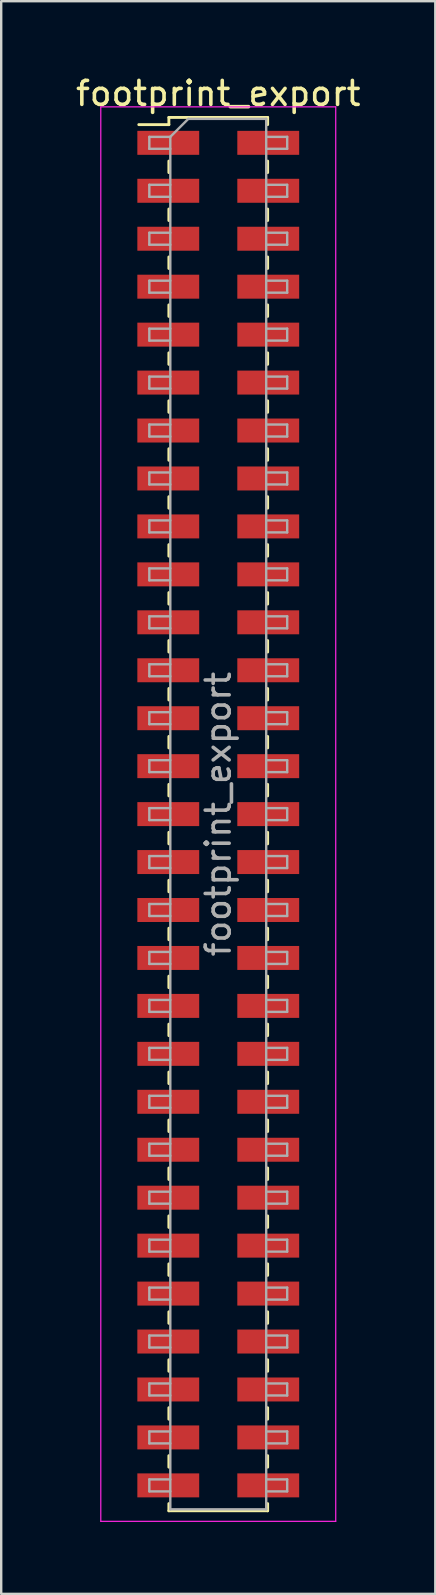
<source format=kicad_pcb>
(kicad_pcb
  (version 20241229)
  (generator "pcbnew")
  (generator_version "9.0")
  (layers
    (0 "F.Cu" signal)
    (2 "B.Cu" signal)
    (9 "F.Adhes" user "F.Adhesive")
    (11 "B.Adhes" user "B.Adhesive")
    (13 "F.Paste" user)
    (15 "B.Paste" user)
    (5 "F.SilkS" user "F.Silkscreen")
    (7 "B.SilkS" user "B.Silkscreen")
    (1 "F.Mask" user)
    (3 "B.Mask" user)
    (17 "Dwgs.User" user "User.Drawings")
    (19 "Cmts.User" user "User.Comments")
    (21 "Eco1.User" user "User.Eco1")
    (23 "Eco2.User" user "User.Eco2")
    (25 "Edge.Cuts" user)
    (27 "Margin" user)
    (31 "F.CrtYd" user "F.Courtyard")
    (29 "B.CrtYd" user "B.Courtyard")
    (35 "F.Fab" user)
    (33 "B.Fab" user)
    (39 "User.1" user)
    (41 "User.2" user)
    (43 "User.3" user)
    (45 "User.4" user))
  (footprint "footprint_export"
    (layer "F.Cu")
    (at 6.054 30.908)
    (property "Reference" "footprint_export" (at 0 -30.06 0) (layer "F.SilkS") (effects (font (size 1 1) (thickness 0.15))))
    (attr smd)
    (fp_line (start -3.315 -28.76) (end -2.06 -28.76) (stroke (width 0.12) (type solid)) (layer "F.SilkS"))
    (fp_line (start -2.06 -29.06) (end -2.06 -28.76) (stroke (width 0.12) (type solid)) (layer "F.SilkS"))
    (fp_line (start -2.06 -29.06) (end 2.06 -29.06) (stroke (width 0.12) (type solid)) (layer "F.SilkS"))
    (fp_line (start -2.06 -27.24) (end -2.06 -26.76) (stroke (width 0.12) (type solid)) (layer "F.SilkS"))
    (fp_line (start -2.06 -25.24) (end -2.06 -24.76) (stroke (width 0.12) (type solid)) (layer "F.SilkS"))
    (fp_line (start -2.06 -23.24) (end -2.06 -22.76) (stroke (width 0.12) (type solid)) (layer "F.SilkS"))
    (fp_line (start -2.06 -21.24) (end -2.06 -20.76) (stroke (width 0.12) (type solid)) (layer "F.SilkS"))
    (fp_line (start -2.06 -19.24) (end -2.06 -18.76) (stroke (width 0.12) (type solid)) (layer "F.SilkS"))
    (fp_line (start -2.06 -17.24) (end -2.06 -16.76) (stroke (width 0.12) (type solid)) (layer "F.SilkS"))
    (fp_line (start -2.06 -15.24) (end -2.06 -14.76) (stroke (width 0.12) (type solid)) (layer "F.SilkS"))
    (fp_line (start -2.06 -13.24) (end -2.06 -12.76) (stroke (width 0.12) (type solid)) (layer "F.SilkS"))
    (fp_line (start -2.06 -11.24) (end -2.06 -10.76) (stroke (width 0.12) (type solid)) (layer "F.SilkS"))
    (fp_line (start -2.06 -9.24) (end -2.06 -8.76) (stroke (width 0.12) (type solid)) (layer "F.SilkS"))
    (fp_line (start -2.06 -7.24) (end -2.06 -6.76) (stroke (width 0.12) (type solid)) (layer "F.SilkS"))
    (fp_line (start -2.06 -5.24) (end -2.06 -4.76) (stroke (width 0.12) (type solid)) (layer "F.SilkS"))
    (fp_line (start -2.06 -3.24) (end -2.06 -2.76) (stroke (width 0.12) (type solid)) (layer "F.SilkS"))
    (fp_line (start -2.06 -1.24) (end -2.06 -0.76) (stroke (width 0.12) (type solid)) (layer "F.SilkS"))
    (fp_line (start -2.06 0.76) (end -2.06 1.24) (stroke (width 0.12) (type solid)) (layer "F.SilkS"))
    (fp_line (start -2.06 2.76) (end -2.06 3.24) (stroke (width 0.12) (type solid)) (layer "F.SilkS"))
    (fp_line (start -2.06 4.76) (end -2.06 5.24) (stroke (width 0.12) (type solid)) (layer "F.SilkS"))
    (fp_line (start -2.06 6.76) (end -2.06 7.24) (stroke (width 0.12) (type solid)) (layer "F.SilkS"))
    (fp_line (start -2.06 8.76) (end -2.06 9.24) (stroke (width 0.12) (type solid)) (layer "F.SilkS"))
    (fp_line (start -2.06 10.76) (end -2.06 11.24) (stroke (width 0.12) (type solid)) (layer "F.SilkS"))
    (fp_line (start -2.06 12.76) (end -2.06 13.24) (stroke (width 0.12) (type solid)) (layer "F.SilkS"))
    (fp_line (start -2.06 14.76) (end -2.06 15.24) (stroke (width 0.12) (type solid)) (layer "F.SilkS"))
    (fp_line (start -2.06 16.76) (end -2.06 17.24) (stroke (width 0.12) (type solid)) (layer "F.SilkS"))
    (fp_line (start -2.06 18.76) (end -2.06 19.24) (stroke (width 0.12) (type solid)) (layer "F.SilkS"))
    (fp_line (start -2.06 20.76) (end -2.06 21.24) (stroke (width 0.12) (type solid)) (layer "F.SilkS"))
    (fp_line (start -2.06 22.76) (end -2.06 23.24) (stroke (width 0.12) (type solid)) (layer "F.SilkS"))
    (fp_line (start -2.06 24.76) (end -2.06 25.24) (stroke (width 0.12) (type solid)) (layer "F.SilkS"))
    (fp_line (start -2.06 26.76) (end -2.06 27.24) (stroke (width 0.12) (type solid)) (layer "F.SilkS"))
    (fp_line (start -2.06 28.76) (end -2.06 29.06) (stroke (width 0.12) (type solid)) (layer "F.SilkS"))
    (fp_line (start -2.06 29.06) (end 2.06 29.06) (stroke (width 0.12) (type solid)) (layer "F.SilkS"))
    (fp_line (start 2.06 -29.06) (end 2.06 -28.76) (stroke (width 0.12) (type solid)) (layer "F.SilkS"))
    (fp_line (start 2.06 -27.24) (end 2.06 -26.76) (stroke (width 0.12) (type solid)) (layer "F.SilkS"))
    (fp_line (start 2.06 -25.24) (end 2.06 -24.76) (stroke (width 0.12) (type solid)) (layer "F.SilkS"))
    (fp_line (start 2.06 -23.24) (end 2.06 -22.76) (stroke (width 0.12) (type solid)) (layer "F.SilkS"))
    (fp_line (start 2.06 -21.24) (end 2.06 -20.76) (stroke (width 0.12) (type solid)) (layer "F.SilkS"))
    (fp_line (start 2.06 -19.24) (end 2.06 -18.76) (stroke (width 0.12) (type solid)) (layer "F.SilkS"))
    (fp_line (start 2.06 -17.24) (end 2.06 -16.76) (stroke (width 0.12) (type solid)) (layer "F.SilkS"))
    (fp_line (start 2.06 -15.24) (end 2.06 -14.76) (stroke (width 0.12) (type solid)) (layer "F.SilkS"))
    (fp_line (start 2.06 -13.24) (end 2.06 -12.76) (stroke (width 0.12) (type solid)) (layer "F.SilkS"))
    (fp_line (start 2.06 -11.24) (end 2.06 -10.76) (stroke (width 0.12) (type solid)) (layer "F.SilkS"))
    (fp_line (start 2.06 -9.24) (end 2.06 -8.76) (stroke (width 0.12) (type solid)) (layer "F.SilkS"))
    (fp_line (start 2.06 -7.24) (end 2.06 -6.76) (stroke (width 0.12) (type solid)) (layer "F.SilkS"))
    (fp_line (start 2.06 -5.24) (end 2.06 -4.76) (stroke (width 0.12) (type solid)) (layer "F.SilkS"))
    (fp_line (start 2.06 -3.24) (end 2.06 -2.76) (stroke (width 0.12) (type solid)) (layer "F.SilkS"))
    (fp_line (start 2.06 -1.24) (end 2.06 -0.76) (stroke (width 0.12) (type solid)) (layer "F.SilkS"))
    (fp_line (start 2.06 0.76) (end 2.06 1.24) (stroke (width 0.12) (type solid)) (layer "F.SilkS"))
    (fp_line (start 2.06 2.76) (end 2.06 3.24) (stroke (width 0.12) (type solid)) (layer "F.SilkS"))
    (fp_line (start 2.06 4.76) (end 2.06 5.24) (stroke (width 0.12) (type solid)) (layer "F.SilkS"))
    (fp_line (start 2.06 6.76) (end 2.06 7.24) (stroke (width 0.12) (type solid)) (layer "F.SilkS"))
    (fp_line (start 2.06 8.76) (end 2.06 9.24) (stroke (width 0.12) (type solid)) (layer "F.SilkS"))
    (fp_line (start 2.06 10.76) (end 2.06 11.24) (stroke (width 0.12) (type solid)) (layer "F.SilkS"))
    (fp_line (start 2.06 12.76) (end 2.06 13.24) (stroke (width 0.12) (type solid)) (layer "F.SilkS"))
    (fp_line (start 2.06 14.76) (end 2.06 15.24) (stroke (width 0.12) (type solid)) (layer "F.SilkS"))
    (fp_line (start 2.06 16.76) (end 2.06 17.24) (stroke (width 0.12) (type solid)) (layer "F.SilkS"))
    (fp_line (start 2.06 18.76) (end 2.06 19.24) (stroke (width 0.12) (type solid)) (layer "F.SilkS"))
    (fp_line (start 2.06 20.76) (end 2.06 21.24) (stroke (width 0.12) (type solid)) (layer "F.SilkS"))
    (fp_line (start 2.06 22.76) (end 2.06 23.24) (stroke (width 0.12) (type solid)) (layer "F.SilkS"))
    (fp_line (start 2.06 24.76) (end 2.06 25.24) (stroke (width 0.12) (type solid)) (layer "F.SilkS"))
    (fp_line (start 2.06 26.76) (end 2.06 27.24) (stroke (width 0.12) (type solid)) (layer "F.SilkS"))
    (fp_line (start 2.06 28.76) (end 2.06 29.06) (stroke (width 0.12) (type solid)) (layer "F.SilkS"))
    (fp_line (start -4.9 -29.5) (end -4.9 29.5) (stroke (width 0.05) (type solid)) (layer "F.CrtYd"))
    (fp_line (start -4.9 29.5) (end 4.9 29.5) (stroke (width 0.05) (type solid)) (layer "F.CrtYd"))
    (fp_line (start 4.9 -29.5) (end -4.9 -29.5) (stroke (width 0.05) (type solid)) (layer "F.CrtYd"))
    (fp_line (start 4.9 29.5) (end 4.9 -29.5) (stroke (width 0.05) (type solid)) (layer "F.CrtYd"))
    (fp_line (start -2.875 -28.25) (end -2.875 -27.75) (stroke (width 0.1) (type solid)) (layer "F.Fab"))
    (fp_line (start -2.875 -27.75) (end -2 -27.75) (stroke (width 0.1) (type solid)) (layer "F.Fab"))
    (fp_line (start -2.875 -26.25) (end -2.875 -25.75) (stroke (width 0.1) (type solid)) (layer "F.Fab"))
    (fp_line (start -2.875 -25.75) (end -2 -25.75) (stroke (width 0.1) (type solid)) (layer "F.Fab"))
    (fp_line (start -2.875 -24.25) (end -2.875 -23.75) (stroke (width 0.1) (type solid)) (layer "F.Fab"))
    (fp_line (start -2.875 -23.75) (end -2 -23.75) (stroke (width 0.1) (type solid)) (layer "F.Fab"))
    (fp_line (start -2.875 -22.25) (end -2.875 -21.75) (stroke (width 0.1) (type solid)) (layer "F.Fab"))
    (fp_line (start -2.875 -21.75) (end -2 -21.75) (stroke (width 0.1) (type solid)) (layer "F.Fab"))
    (fp_line (start -2.875 -20.25) (end -2.875 -19.75) (stroke (width 0.1) (type solid)) (layer "F.Fab"))
    (fp_line (start -2.875 -19.75) (end -2 -19.75) (stroke (width 0.1) (type solid)) (layer "F.Fab"))
    (fp_line (start -2.875 -18.25) (end -2.875 -17.75) (stroke (width 0.1) (type solid)) (layer "F.Fab"))
    (fp_line (start -2.875 -17.75) (end -2 -17.75) (stroke (width 0.1) (type solid)) (layer "F.Fab"))
    (fp_line (start -2.875 -16.25) (end -2.875 -15.75) (stroke (width 0.1) (type solid)) (layer "F.Fab"))
    (fp_line (start -2.875 -15.75) (end -2 -15.75) (stroke (width 0.1) (type solid)) (layer "F.Fab"))
    (fp_line (start -2.875 -14.25) (end -2.875 -13.75) (stroke (width 0.1) (type solid)) (layer "F.Fab"))
    (fp_line (start -2.875 -13.75) (end -2 -13.75) (stroke (width 0.1) (type solid)) (layer "F.Fab"))
    (fp_line (start -2.875 -12.25) (end -2.875 -11.75) (stroke (width 0.1) (type solid)) (layer "F.Fab"))
    (fp_line (start -2.875 -11.75) (end -2 -11.75) (stroke (width 0.1) (type solid)) (layer "F.Fab"))
    (fp_line (start -2.875 -10.25) (end -2.875 -9.75) (stroke (width 0.1) (type solid)) (layer "F.Fab"))
    (fp_line (start -2.875 -9.75) (end -2 -9.75) (stroke (width 0.1) (type solid)) (layer "F.Fab"))
    (fp_line (start -2.875 -8.25) (end -2.875 -7.75) (stroke (width 0.1) (type solid)) (layer "F.Fab"))
    (fp_line (start -2.875 -7.75) (end -2 -7.75) (stroke (width 0.1) (type solid)) (layer "F.Fab"))
    (fp_line (start -2.875 -6.25) (end -2.875 -5.75) (stroke (width 0.1) (type solid)) (layer "F.Fab"))
    (fp_line (start -2.875 -5.75) (end -2 -5.75) (stroke (width 0.1) (type solid)) (layer "F.Fab"))
    (fp_line (start -2.875 -4.25) (end -2.875 -3.75) (stroke (width 0.1) (type solid)) (layer "F.Fab"))
    (fp_line (start -2.875 -3.75) (end -2 -3.75) (stroke (width 0.1) (type solid)) (layer "F.Fab"))
    (fp_line (start -2.875 -2.25) (end -2.875 -1.75) (stroke (width 0.1) (type solid)) (layer "F.Fab"))
    (fp_line (start -2.875 -1.75) (end -2 -1.75) (stroke (width 0.1) (type solid)) (layer "F.Fab"))
    (fp_line (start -2.875 -0.25) (end -2.875 0.25) (stroke (width 0.1) (type solid)) (layer "F.Fab"))
    (fp_line (start -2.875 0.25) (end -2 0.25) (stroke (width 0.1) (type solid)) (layer "F.Fab"))
    (fp_line (start -2.875 1.75) (end -2.875 2.25) (stroke (width 0.1) (type solid)) (layer "F.Fab"))
    (fp_line (start -2.875 2.25) (end -2 2.25) (stroke (width 0.1) (type solid)) (layer "F.Fab"))
    (fp_line (start -2.875 3.75) (end -2.875 4.25) (stroke (width 0.1) (type solid)) (layer "F.Fab"))
    (fp_line (start -2.875 4.25) (end -2 4.25) (stroke (width 0.1) (type solid)) (layer "F.Fab"))
    (fp_line (start -2.875 5.75) (end -2.875 6.25) (stroke (width 0.1) (type solid)) (layer "F.Fab"))
    (fp_line (start -2.875 6.25) (end -2 6.25) (stroke (width 0.1) (type solid)) (layer "F.Fab"))
    (fp_line (start -2.875 7.75) (end -2.875 8.25) (stroke (width 0.1) (type solid)) (layer "F.Fab"))
    (fp_line (start -2.875 8.25) (end -2 8.25) (stroke (width 0.1) (type solid)) (layer "F.Fab"))
    (fp_line (start -2.875 9.75) (end -2.875 10.25) (stroke (width 0.1) (type solid)) (layer "F.Fab"))
    (fp_line (start -2.875 10.25) (end -2 10.25) (stroke (width 0.1) (type solid)) (layer "F.Fab"))
    (fp_line (start -2.875 11.75) (end -2.875 12.25) (stroke (width 0.1) (type solid)) (layer "F.Fab"))
    (fp_line (start -2.875 12.25) (end -2 12.25) (stroke (width 0.1) (type solid)) (layer "F.Fab"))
    (fp_line (start -2.875 13.75) (end -2.875 14.25) (stroke (width 0.1) (type solid)) (layer "F.Fab"))
    (fp_line (start -2.875 14.25) (end -2 14.25) (stroke (width 0.1) (type solid)) (layer "F.Fab"))
    (fp_line (start -2.875 15.75) (end -2.875 16.25) (stroke (width 0.1) (type solid)) (layer "F.Fab"))
    (fp_line (start -2.875 16.25) (end -2 16.25) (stroke (width 0.1) (type solid)) (layer "F.Fab"))
    (fp_line (start -2.875 17.75) (end -2.875 18.25) (stroke (width 0.1) (type solid)) (layer "F.Fab"))
    (fp_line (start -2.875 18.25) (end -2 18.25) (stroke (width 0.1) (type solid)) (layer "F.Fab"))
    (fp_line (start -2.875 19.75) (end -2.875 20.25) (stroke (width 0.1) (type solid)) (layer "F.Fab"))
    (fp_line (start -2.875 20.25) (end -2 20.25) (stroke (width 0.1) (type solid)) (layer "F.Fab"))
    (fp_line (start -2.875 21.75) (end -2.875 22.25) (stroke (width 0.1) (type solid)) (layer "F.Fab"))
    (fp_line (start -2.875 22.25) (end -2 22.25) (stroke (width 0.1) (type solid)) (layer "F.Fab"))
    (fp_line (start -2.875 23.75) (end -2.875 24.25) (stroke (width 0.1) (type solid)) (layer "F.Fab"))
    (fp_line (start -2.875 24.25) (end -2 24.25) (stroke (width 0.1) (type solid)) (layer "F.Fab"))
    (fp_line (start -2.875 25.75) (end -2.875 26.25) (stroke (width 0.1) (type solid)) (layer "F.Fab"))
    (fp_line (start -2.875 26.25) (end -2 26.25) (stroke (width 0.1) (type solid)) (layer "F.Fab"))
    (fp_line (start -2.875 27.75) (end -2.875 28.25) (stroke (width 0.1) (type solid)) (layer "F.Fab"))
    (fp_line (start -2.875 28.25) (end -2 28.25) (stroke (width 0.1) (type solid)) (layer "F.Fab"))
    (fp_line (start -2 -28.25) (end -2.875 -28.25) (stroke (width 0.1) (type solid)) (layer "F.Fab"))
    (fp_line (start -2 -28.25) (end -1.25 -29) (stroke (width 0.1) (type solid)) (layer "F.Fab"))
    (fp_line (start -2 -26.25) (end -2.875 -26.25) (stroke (width 0.1) (type solid)) (layer "F.Fab"))
    (fp_line (start -2 -24.25) (end -2.875 -24.25) (stroke (width 0.1) (type solid)) (layer "F.Fab"))
    (fp_line (start -2 -22.25) (end -2.875 -22.25) (stroke (width 0.1) (type solid)) (layer "F.Fab"))
    (fp_line (start -2 -20.25) (end -2.875 -20.25) (stroke (width 0.1) (type solid)) (layer "F.Fab"))
    (fp_line (start -2 -18.25) (end -2.875 -18.25) (stroke (width 0.1) (type solid)) (layer "F.Fab"))
    (fp_line (start -2 -16.25) (end -2.875 -16.25) (stroke (width 0.1) (type solid)) (layer "F.Fab"))
    (fp_line (start -2 -14.25) (end -2.875 -14.25) (stroke (width 0.1) (type solid)) (layer "F.Fab"))
    (fp_line (start -2 -12.25) (end -2.875 -12.25) (stroke (width 0.1) (type solid)) (layer "F.Fab"))
    (fp_line (start -2 -10.25) (end -2.875 -10.25) (stroke (width 0.1) (type solid)) (layer "F.Fab"))
    (fp_line (start -2 -8.25) (end -2.875 -8.25) (stroke (width 0.1) (type solid)) (layer "F.Fab"))
    (fp_line (start -2 -6.25) (end -2.875 -6.25) (stroke (width 0.1) (type solid)) (layer "F.Fab"))
    (fp_line (start -2 -4.25) (end -2.875 -4.25) (stroke (width 0.1) (type solid)) (layer "F.Fab"))
    (fp_line (start -2 -2.25) (end -2.875 -2.25) (stroke (width 0.1) (type solid)) (layer "F.Fab"))
    (fp_line (start -2 -0.25) (end -2.875 -0.25) (stroke (width 0.1) (type solid)) (layer "F.Fab"))
    (fp_line (start -2 1.75) (end -2.875 1.75) (stroke (width 0.1) (type solid)) (layer "F.Fab"))
    (fp_line (start -2 3.75) (end -2.875 3.75) (stroke (width 0.1) (type solid)) (layer "F.Fab"))
    (fp_line (start -2 5.75) (end -2.875 5.75) (stroke (width 0.1) (type solid)) (layer "F.Fab"))
    (fp_line (start -2 7.75) (end -2.875 7.75) (stroke (width 0.1) (type solid)) (layer "F.Fab"))
    (fp_line (start -2 9.75) (end -2.875 9.75) (stroke (width 0.1) (type solid)) (layer "F.Fab"))
    (fp_line (start -2 11.75) (end -2.875 11.75) (stroke (width 0.1) (type solid)) (layer "F.Fab"))
    (fp_line (start -2 13.75) (end -2.875 13.75) (stroke (width 0.1) (type solid)) (layer "F.Fab"))
    (fp_line (start -2 15.75) (end -2.875 15.75) (stroke (width 0.1) (type solid)) (layer "F.Fab"))
    (fp_line (start -2 17.75) (end -2.875 17.75) (stroke (width 0.1) (type solid)) (layer "F.Fab"))
    (fp_line (start -2 19.75) (end -2.875 19.75) (stroke (width 0.1) (type solid)) (layer "F.Fab"))
    (fp_line (start -2 21.75) (end -2.875 21.75) (stroke (width 0.1) (type solid)) (layer "F.Fab"))
    (fp_line (start -2 23.75) (end -2.875 23.75) (stroke (width 0.1) (type solid)) (layer "F.Fab"))
    (fp_line (start -2 25.75) (end -2.875 25.75) (stroke (width 0.1) (type solid)) (layer "F.Fab"))
    (fp_line (start -2 27.75) (end -2.875 27.75) (stroke (width 0.1) (type solid)) (layer "F.Fab"))
    (fp_line (start -2 29) (end -2 -28.25) (stroke (width 0.1) (type solid)) (layer "F.Fab"))
    (fp_line (start -1.25 -29) (end 2 -29) (stroke (width 0.1) (type solid)) (layer "F.Fab"))
    (fp_line (start 2 -29) (end 2 29) (stroke (width 0.1) (type solid)) (layer "F.Fab"))
    (fp_line (start 2 -28.25) (end 2.875 -28.25) (stroke (width 0.1) (type solid)) (layer "F.Fab"))
    (fp_line (start 2 -26.25) (end 2.875 -26.25) (stroke (width 0.1) (type solid)) (layer "F.Fab"))
    (fp_line (start 2 -24.25) (end 2.875 -24.25) (stroke (width 0.1) (type solid)) (layer "F.Fab"))
    (fp_line (start 2 -22.25) (end 2.875 -22.25) (stroke (width 0.1) (type solid)) (layer "F.Fab"))
    (fp_line (start 2 -20.25) (end 2.875 -20.25) (stroke (width 0.1) (type solid)) (layer "F.Fab"))
    (fp_line (start 2 -18.25) (end 2.875 -18.25) (stroke (width 0.1) (type solid)) (layer "F.Fab"))
    (fp_line (start 2 -16.25) (end 2.875 -16.25) (stroke (width 0.1) (type solid)) (layer "F.Fab"))
    (fp_line (start 2 -14.25) (end 2.875 -14.25) (stroke (width 0.1) (type solid)) (layer "F.Fab"))
    (fp_line (start 2 -12.25) (end 2.875 -12.25) (stroke (width 0.1) (type solid)) (layer "F.Fab"))
    (fp_line (start 2 -10.25) (end 2.875 -10.25) (stroke (width 0.1) (type solid)) (layer "F.Fab"))
    (fp_line (start 2 -8.25) (end 2.875 -8.25) (stroke (width 0.1) (type solid)) (layer "F.Fab"))
    (fp_line (start 2 -6.25) (end 2.875 -6.25) (stroke (width 0.1) (type solid)) (layer "F.Fab"))
    (fp_line (start 2 -4.25) (end 2.875 -4.25) (stroke (width 0.1) (type solid)) (layer "F.Fab"))
    (fp_line (start 2 -2.25) (end 2.875 -2.25) (stroke (width 0.1) (type solid)) (layer "F.Fab"))
    (fp_line (start 2 -0.25) (end 2.875 -0.25) (stroke (width 0.1) (type solid)) (layer "F.Fab"))
    (fp_line (start 2 1.75) (end 2.875 1.75) (stroke (width 0.1) (type solid)) (layer "F.Fab"))
    (fp_line (start 2 3.75) (end 2.875 3.75) (stroke (width 0.1) (type solid)) (layer "F.Fab"))
    (fp_line (start 2 5.75) (end 2.875 5.75) (stroke (width 0.1) (type solid)) (layer "F.Fab"))
    (fp_line (start 2 7.75) (end 2.875 7.75) (stroke (width 0.1) (type solid)) (layer "F.Fab"))
    (fp_line (start 2 9.75) (end 2.875 9.75) (stroke (width 0.1) (type solid)) (layer "F.Fab"))
    (fp_line (start 2 11.75) (end 2.875 11.75) (stroke (width 0.1) (type solid)) (layer "F.Fab"))
    (fp_line (start 2 13.75) (end 2.875 13.75) (stroke (width 0.1) (type solid)) (layer "F.Fab"))
    (fp_line (start 2 15.75) (end 2.875 15.75) (stroke (width 0.1) (type solid)) (layer "F.Fab"))
    (fp_line (start 2 17.75) (end 2.875 17.75) (stroke (width 0.1) (type solid)) (layer "F.Fab"))
    (fp_line (start 2 19.75) (end 2.875 19.75) (stroke (width 0.1) (type solid)) (layer "F.Fab"))
    (fp_line (start 2 21.75) (end 2.875 21.75) (stroke (width 0.1) (type solid)) (layer "F.Fab"))
    (fp_line (start 2 23.75) (end 2.875 23.75) (stroke (width 0.1) (type solid)) (layer "F.Fab"))
    (fp_line (start 2 25.75) (end 2.875 25.75) (stroke (width 0.1) (type solid)) (layer "F.Fab"))
    (fp_line (start 2 27.75) (end 2.875 27.75) (stroke (width 0.1) (type solid)) (layer "F.Fab"))
    (fp_line (start 2 29) (end -2 29) (stroke (width 0.1) (type solid)) (layer "F.Fab"))
    (fp_line (start 2.875 -28.25) (end 2.875 -27.75) (stroke (width 0.1) (type solid)) (layer "F.Fab"))
    (fp_line (start 2.875 -27.75) (end 2 -27.75) (stroke (width 0.1) (type solid)) (layer "F.Fab"))
    (fp_line (start 2.875 -26.25) (end 2.875 -25.75) (stroke (width 0.1) (type solid)) (layer "F.Fab"))
    (fp_line (start 2.875 -25.75) (end 2 -25.75) (stroke (width 0.1) (type solid)) (layer "F.Fab"))
    (fp_line (start 2.875 -24.25) (end 2.875 -23.75) (stroke (width 0.1) (type solid)) (layer "F.Fab"))
    (fp_line (start 2.875 -23.75) (end 2 -23.75) (stroke (width 0.1) (type solid)) (layer "F.Fab"))
    (fp_line (start 2.875 -22.25) (end 2.875 -21.75) (stroke (width 0.1) (type solid)) (layer "F.Fab"))
    (fp_line (start 2.875 -21.75) (end 2 -21.75) (stroke (width 0.1) (type solid)) (layer "F.Fab"))
    (fp_line (start 2.875 -20.25) (end 2.875 -19.75) (stroke (width 0.1) (type solid)) (layer "F.Fab"))
    (fp_line (start 2.875 -19.75) (end 2 -19.75) (stroke (width 0.1) (type solid)) (layer "F.Fab"))
    (fp_line (start 2.875 -18.25) (end 2.875 -17.75) (stroke (width 0.1) (type solid)) (layer "F.Fab"))
    (fp_line (start 2.875 -17.75) (end 2 -17.75) (stroke (width 0.1) (type solid)) (layer "F.Fab"))
    (fp_line (start 2.875 -16.25) (end 2.875 -15.75) (stroke (width 0.1) (type solid)) (layer "F.Fab"))
    (fp_line (start 2.875 -15.75) (end 2 -15.75) (stroke (width 0.1) (type solid)) (layer "F.Fab"))
    (fp_line (start 2.875 -14.25) (end 2.875 -13.75) (stroke (width 0.1) (type solid)) (layer "F.Fab"))
    (fp_line (start 2.875 -13.75) (end 2 -13.75) (stroke (width 0.1) (type solid)) (layer "F.Fab"))
    (fp_line (start 2.875 -12.25) (end 2.875 -11.75) (stroke (width 0.1) (type solid)) (layer "F.Fab"))
    (fp_line (start 2.875 -11.75) (end 2 -11.75) (stroke (width 0.1) (type solid)) (layer "F.Fab"))
    (fp_line (start 2.875 -10.25) (end 2.875 -9.75) (stroke (width 0.1) (type solid)) (layer "F.Fab"))
    (fp_line (start 2.875 -9.75) (end 2 -9.75) (stroke (width 0.1) (type solid)) (layer "F.Fab"))
    (fp_line (start 2.875 -8.25) (end 2.875 -7.75) (stroke (width 0.1) (type solid)) (layer "F.Fab"))
    (fp_line (start 2.875 -7.75) (end 2 -7.75) (stroke (width 0.1) (type solid)) (layer "F.Fab"))
    (fp_line (start 2.875 -6.25) (end 2.875 -5.75) (stroke (width 0.1) (type solid)) (layer "F.Fab"))
    (fp_line (start 2.875 -5.75) (end 2 -5.75) (stroke (width 0.1) (type solid)) (layer "F.Fab"))
    (fp_line (start 2.875 -4.25) (end 2.875 -3.75) (stroke (width 0.1) (type solid)) (layer "F.Fab"))
    (fp_line (start 2.875 -3.75) (end 2 -3.75) (stroke (width 0.1) (type solid)) (layer "F.Fab"))
    (fp_line (start 2.875 -2.25) (end 2.875 -1.75) (stroke (width 0.1) (type solid)) (layer "F.Fab"))
    (fp_line (start 2.875 -1.75) (end 2 -1.75) (stroke (width 0.1) (type solid)) (layer "F.Fab"))
    (fp_line (start 2.875 -0.25) (end 2.875 0.25) (stroke (width 0.1) (type solid)) (layer "F.Fab"))
    (fp_line (start 2.875 0.25) (end 2 0.25) (stroke (width 0.1) (type solid)) (layer "F.Fab"))
    (fp_line (start 2.875 1.75) (end 2.875 2.25) (stroke (width 0.1) (type solid)) (layer "F.Fab"))
    (fp_line (start 2.875 2.25) (end 2 2.25) (stroke (width 0.1) (type solid)) (layer "F.Fab"))
    (fp_line (start 2.875 3.75) (end 2.875 4.25) (stroke (width 0.1) (type solid)) (layer "F.Fab"))
    (fp_line (start 2.875 4.25) (end 2 4.25) (stroke (width 0.1) (type solid)) (layer "F.Fab"))
    (fp_line (start 2.875 5.75) (end 2.875 6.25) (stroke (width 0.1) (type solid)) (layer "F.Fab"))
    (fp_line (start 2.875 6.25) (end 2 6.25) (stroke (width 0.1) (type solid)) (layer "F.Fab"))
    (fp_line (start 2.875 7.75) (end 2.875 8.25) (stroke (width 0.1) (type solid)) (layer "F.Fab"))
    (fp_line (start 2.875 8.25) (end 2 8.25) (stroke (width 0.1) (type solid)) (layer "F.Fab"))
    (fp_line (start 2.875 9.75) (end 2.875 10.25) (stroke (width 0.1) (type solid)) (layer "F.Fab"))
    (fp_line (start 2.875 10.25) (end 2 10.25) (stroke (width 0.1) (type solid)) (layer "F.Fab"))
    (fp_line (start 2.875 11.75) (end 2.875 12.25) (stroke (width 0.1) (type solid)) (layer "F.Fab"))
    (fp_line (start 2.875 12.25) (end 2 12.25) (stroke (width 0.1) (type solid)) (layer "F.Fab"))
    (fp_line (start 2.875 13.75) (end 2.875 14.25) (stroke (width 0.1) (type solid)) (layer "F.Fab"))
    (fp_line (start 2.875 14.25) (end 2 14.25) (stroke (width 0.1) (type solid)) (layer "F.Fab"))
    (fp_line (start 2.875 15.75) (end 2.875 16.25) (stroke (width 0.1) (type solid)) (layer "F.Fab"))
    (fp_line (start 2.875 16.25) (end 2 16.25) (stroke (width 0.1) (type solid)) (layer "F.Fab"))
    (fp_line (start 2.875 17.75) (end 2.875 18.25) (stroke (width 0.1) (type solid)) (layer "F.Fab"))
    (fp_line (start 2.875 18.25) (end 2 18.25) (stroke (width 0.1) (type solid)) (layer "F.Fab"))
    (fp_line (start 2.875 19.75) (end 2.875 20.25) (stroke (width 0.1) (type solid)) (layer "F.Fab"))
    (fp_line (start 2.875 20.25) (end 2 20.25) (stroke (width 0.1) (type solid)) (layer "F.Fab"))
    (fp_line (start 2.875 21.75) (end 2.875 22.25) (stroke (width 0.1) (type solid)) (layer "F.Fab"))
    (fp_line (start 2.875 22.25) (end 2 22.25) (stroke (width 0.1) (type solid)) (layer "F.Fab"))
    (fp_line (start 2.875 23.75) (end 2.875 24.25) (stroke (width 0.1) (type solid)) (layer "F.Fab"))
    (fp_line (start 2.875 24.25) (end 2 24.25) (stroke (width 0.1) (type solid)) (layer "F.Fab"))
    (fp_line (start 2.875 25.75) (end 2.875 26.25) (stroke (width 0.1) (type solid)) (layer "F.Fab"))
    (fp_line (start 2.875 26.25) (end 2 26.25) (stroke (width 0.1) (type solid)) (layer "F.Fab"))
    (fp_line (start 2.875 27.75) (end 2.875 28.25) (stroke (width 0.1) (type solid)) (layer "F.Fab"))
    (fp_line (start 2.875 28.25) (end 2 28.25) (stroke (width 0.1) (type solid)) (layer "F.Fab"))
    (fp_text user "${REFERENCE}" (at 0 0 90) (layer "F.Fab") (effects (font (size 1 1) (thickness 0.15))))
    (pad "1" smd rect (at -2.085 -28) (size 2.58 1) (layers "F.Cu" "F.Mask" "F.Paste"))
    (pad "2" smd rect (at 2.085 -28) (size 2.58 1) (layers "F.Cu" "F.Mask" "F.Paste"))
    (pad "3" smd rect (at -2.085 -26) (size 2.58 1) (layers "F.Cu" "F.Mask" "F.Paste"))
    (pad "4" smd rect (at 2.085 -26) (size 2.58 1) (layers "F.Cu" "F.Mask" "F.Paste"))
    (pad "5" smd rect (at -2.085 -24) (size 2.58 1) (layers "F.Cu" "F.Mask" "F.Paste"))
    (pad "6" smd rect (at 2.085 -24) (size 2.58 1) (layers "F.Cu" "F.Mask" "F.Paste"))
    (pad "7" smd rect (at -2.085 -22) (size 2.58 1) (layers "F.Cu" "F.Mask" "F.Paste"))
    (pad "8" smd rect (at 2.085 -22) (size 2.58 1) (layers "F.Cu" "F.Mask" "F.Paste"))
    (pad "9" smd rect (at -2.085 -20) (size 2.58 1) (layers "F.Cu" "F.Mask" "F.Paste"))
    (pad "10" smd rect (at 2.085 -20) (size 2.58 1) (layers "F.Cu" "F.Mask" "F.Paste"))
    (pad "11" smd rect (at -2.085 -18) (size 2.58 1) (layers "F.Cu" "F.Mask" "F.Paste"))
    (pad "12" smd rect (at 2.085 -18) (size 2.58 1) (layers "F.Cu" "F.Mask" "F.Paste"))
    (pad "13" smd rect (at -2.085 -16) (size 2.58 1) (layers "F.Cu" "F.Mask" "F.Paste"))
    (pad "14" smd rect (at 2.085 -16) (size 2.58 1) (layers "F.Cu" "F.Mask" "F.Paste"))
    (pad "15" smd rect (at -2.085 -14) (size 2.58 1) (layers "F.Cu" "F.Mask" "F.Paste"))
    (pad "16" smd rect (at 2.085 -14) (size 2.58 1) (layers "F.Cu" "F.Mask" "F.Paste"))
    (pad "17" smd rect (at -2.085 -12) (size 2.58 1) (layers "F.Cu" "F.Mask" "F.Paste"))
    (pad "18" smd rect (at 2.085 -12) (size 2.58 1) (layers "F.Cu" "F.Mask" "F.Paste"))
    (pad "19" smd rect (at -2.085 -10) (size 2.58 1) (layers "F.Cu" "F.Mask" "F.Paste"))
    (pad "20" smd rect (at 2.085 -10) (size 2.58 1) (layers "F.Cu" "F.Mask" "F.Paste"))
    (pad "21" smd rect (at -2.085 -8) (size 2.58 1) (layers "F.Cu" "F.Mask" "F.Paste"))
    (pad "22" smd rect (at 2.085 -8) (size 2.58 1) (layers "F.Cu" "F.Mask" "F.Paste"))
    (pad "23" smd rect (at -2.085 -6) (size 2.58 1) (layers "F.Cu" "F.Mask" "F.Paste"))
    (pad "24" smd rect (at 2.085 -6) (size 2.58 1) (layers "F.Cu" "F.Mask" "F.Paste"))
    (pad "25" smd rect (at -2.085 -4) (size 2.58 1) (layers "F.Cu" "F.Mask" "F.Paste"))
    (pad "26" smd rect (at 2.085 -4) (size 2.58 1) (layers "F.Cu" "F.Mask" "F.Paste"))
    (pad "27" smd rect (at -2.085 -2) (size 2.58 1) (layers "F.Cu" "F.Mask" "F.Paste"))
    (pad "28" smd rect (at 2.085 -2) (size 2.58 1) (layers "F.Cu" "F.Mask" "F.Paste"))
    (pad "29" smd rect (at -2.085 0) (size 2.58 1) (layers "F.Cu" "F.Mask" "F.Paste"))
    (pad "30" smd rect (at 2.085 0) (size 2.58 1) (layers "F.Cu" "F.Mask" "F.Paste"))
    (pad "31" smd rect (at -2.085 2) (size 2.58 1) (layers "F.Cu" "F.Mask" "F.Paste"))
    (pad "32" smd rect (at 2.085 2) (size 2.58 1) (layers "F.Cu" "F.Mask" "F.Paste"))
    (pad "33" smd rect (at -2.085 4) (size 2.58 1) (layers "F.Cu" "F.Mask" "F.Paste"))
    (pad "34" smd rect (at 2.085 4) (size 2.58 1) (layers "F.Cu" "F.Mask" "F.Paste"))
    (pad "35" smd rect (at -2.085 6) (size 2.58 1) (layers "F.Cu" "F.Mask" "F.Paste"))
    (pad "36" smd rect (at 2.085 6) (size 2.58 1) (layers "F.Cu" "F.Mask" "F.Paste"))
    (pad "37" smd rect (at -2.085 8) (size 2.58 1) (layers "F.Cu" "F.Mask" "F.Paste"))
    (pad "38" smd rect (at 2.085 8) (size 2.58 1) (layers "F.Cu" "F.Mask" "F.Paste"))
    (pad "39" smd rect (at -2.085 10) (size 2.58 1) (layers "F.Cu" "F.Mask" "F.Paste"))
    (pad "40" smd rect (at 2.085 10) (size 2.58 1) (layers "F.Cu" "F.Mask" "F.Paste"))
    (pad "41" smd rect (at -2.085 12) (size 2.58 1) (layers "F.Cu" "F.Mask" "F.Paste"))
    (pad "42" smd rect (at 2.085 12) (size 2.58 1) (layers "F.Cu" "F.Mask" "F.Paste"))
    (pad "43" smd rect (at -2.085 14) (size 2.58 1) (layers "F.Cu" "F.Mask" "F.Paste"))
    (pad "44" smd rect (at 2.085 14) (size 2.58 1) (layers "F.Cu" "F.Mask" "F.Paste"))
    (pad "45" smd rect (at -2.085 16) (size 2.58 1) (layers "F.Cu" "F.Mask" "F.Paste"))
    (pad "46" smd rect (at 2.085 16) (size 2.58 1) (layers "F.Cu" "F.Mask" "F.Paste"))
    (pad "47" smd rect (at -2.085 18) (size 2.58 1) (layers "F.Cu" "F.Mask" "F.Paste"))
    (pad "48" smd rect (at 2.085 18) (size 2.58 1) (layers "F.Cu" "F.Mask" "F.Paste"))
    (pad "49" smd rect (at -2.085 20) (size 2.58 1) (layers "F.Cu" "F.Mask" "F.Paste"))
    (pad "50" smd rect (at 2.085 20) (size 2.58 1) (layers "F.Cu" "F.Mask" "F.Paste"))
    (pad "51" smd rect (at -2.085 22) (size 2.58 1) (layers "F.Cu" "F.Mask" "F.Paste"))
    (pad "52" smd rect (at 2.085 22) (size 2.58 1) (layers "F.Cu" "F.Mask" "F.Paste"))
    (pad "53" smd rect (at -2.085 24) (size 2.58 1) (layers "F.Cu" "F.Mask" "F.Paste"))
    (pad "54" smd rect (at 2.085 24) (size 2.58 1) (layers "F.Cu" "F.Mask" "F.Paste"))
    (pad "55" smd rect (at -2.085 26) (size 2.58 1) (layers "F.Cu" "F.Mask" "F.Paste"))
    (pad "56" smd rect (at 2.085 26) (size 2.58 1) (layers "F.Cu" "F.Mask" "F.Paste"))
    (pad "57" smd rect (at -2.085 28) (size 2.58 1) (layers "F.Cu" "F.Mask" "F.Paste"))
    (pad "58" smd rect (at 2.085 28) (size 2.58 1) (layers "F.Cu" "F.Mask" "F.Paste")))
  (gr_rect
    (start -3 -3)
    (end 15.107 63.433)
    (stroke (width 0.1) (type default))
    (fill no)
    (layer "Edge.Cuts")))
</source>
